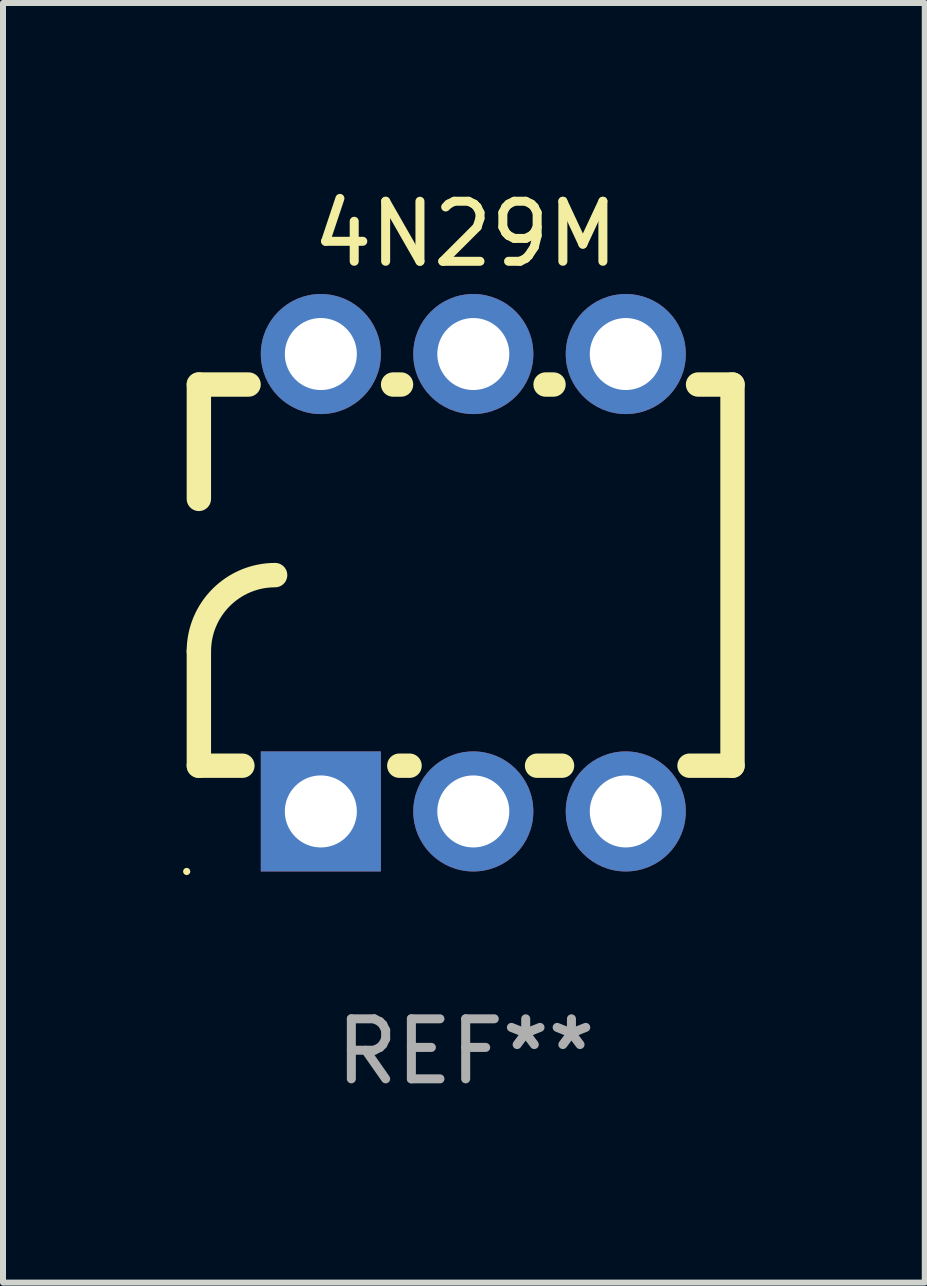
<source format=kicad_pcb>
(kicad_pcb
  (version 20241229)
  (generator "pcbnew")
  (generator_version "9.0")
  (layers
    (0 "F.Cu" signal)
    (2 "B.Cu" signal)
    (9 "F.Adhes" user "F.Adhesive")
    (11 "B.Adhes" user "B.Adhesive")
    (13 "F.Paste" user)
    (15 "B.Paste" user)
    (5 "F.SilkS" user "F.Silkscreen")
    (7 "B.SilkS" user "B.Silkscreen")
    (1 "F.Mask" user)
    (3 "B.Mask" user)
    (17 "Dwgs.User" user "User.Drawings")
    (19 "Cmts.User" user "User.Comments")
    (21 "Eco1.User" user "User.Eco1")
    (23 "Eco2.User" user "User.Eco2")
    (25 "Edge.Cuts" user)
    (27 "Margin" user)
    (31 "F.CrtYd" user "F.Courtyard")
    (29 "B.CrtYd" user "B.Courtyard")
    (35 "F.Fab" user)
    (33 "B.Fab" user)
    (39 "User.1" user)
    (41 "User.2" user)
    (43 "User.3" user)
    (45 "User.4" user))
  (footprint "4N29M"
    (layer "F.Cu")
    (at 4.708 6.658)
    (property "Reference" "4N29M" (at 0 -5.81 0) (layer "F.SilkS") (effects (font (size 1 1) (thickness 0.15))))
    (attr through_hole)
    (fp_line (start -4.445 -1.397) (end -4.445 -3.302) (stroke (width 0.406) (type solid)) (layer "F.SilkS"))
    (fp_line (start -4.445 3.048) (end -4.445 1.143) (stroke (width 0.406) (type solid)) (layer "F.SilkS"))
    (fp_line (start -4.445 3.048) (end -3.72 3.048) (stroke (width 0.406) (type solid)) (layer "F.SilkS"))
    (fp_line (start -3.617 -3.302) (end -4.445 -3.302) (stroke (width 0.406) (type solid)) (layer "F.SilkS"))
    (fp_line (start -1.106 3.048) (end -0.935 3.048) (stroke (width 0.406) (type solid)) (layer "F.SilkS"))
    (fp_line (start -1.077 -3.302) (end -1.209 -3.302) (stroke (width 0.406) (type solid)) (layer "F.SilkS"))
    (fp_line (start 1.189 3.048) (end 1.605 3.048) (stroke (width 0.406) (type solid)) (layer "F.SilkS"))
    (fp_line (start 1.463 -3.302) (end 1.331 -3.302) (stroke (width 0.406) (type solid)) (layer "F.SilkS"))
    (fp_line (start 3.729 3.048) (end 4.445 3.048) (stroke (width 0.406) (type solid)) (layer "F.SilkS"))
    (fp_line (start 4.445 -3.302) (end 3.871 -3.302) (stroke (width 0.406) (type solid)) (layer "F.SilkS"))
    (fp_line (start 4.445 -3.302) (end 4.445 3.048) (stroke (width 0.406) (type solid)) (layer "F.SilkS"))
    (fp_arc (start -4.444983 1.143002) (mid -4.073008 0.244974) (end -3.17498 -0.127) (stroke (width 0.4064) (type solid)) (layer "F.SilkS"))
    (fp_circle (center -4.648 4.81) (end -4.618 4.81) (stroke (width 0.06) (type solid)) (fill no) (layer "F.SilkS"))
    (fp_text user "REF**" (at 0 7.81 0) (layer "F.Fab") (effects (font (size 1 1) (thickness 0.15))))
    (pad "1" thru_hole rect (at -2.413 3.81 90) (size 2 2) (drill 1.2) (layers "*.Cu" "*.Mask"))
    (pad "2" thru_hole circle (at 0.127 3.81) (size 2 2) (drill 1.2) (layers "*.Cu" "*.Mask"))
    (pad "3" thru_hole circle (at 2.667 3.81) (size 2 2) (drill 1.2) (layers "*.Cu" "*.Mask"))
    (pad "4" thru_hole circle (at 2.667 -3.81) (size 2 2) (drill 1.2) (layers "*.Cu" "*.Mask"))
    (pad "5" thru_hole circle (at 0.127 -3.81) (size 2 2) (drill 1.2) (layers "*.Cu" "*.Mask"))
    (pad "6" thru_hole circle (at -2.413 -3.81) (size 2 2) (drill 1.2) (layers "*.Cu" "*.Mask")))
  (gr_rect
    (start -3 -3)
    (end 12.356 18.317)
    (stroke (width 0.1) (type default))
    (fill no)
    (layer "Edge.Cuts")))
</source>
